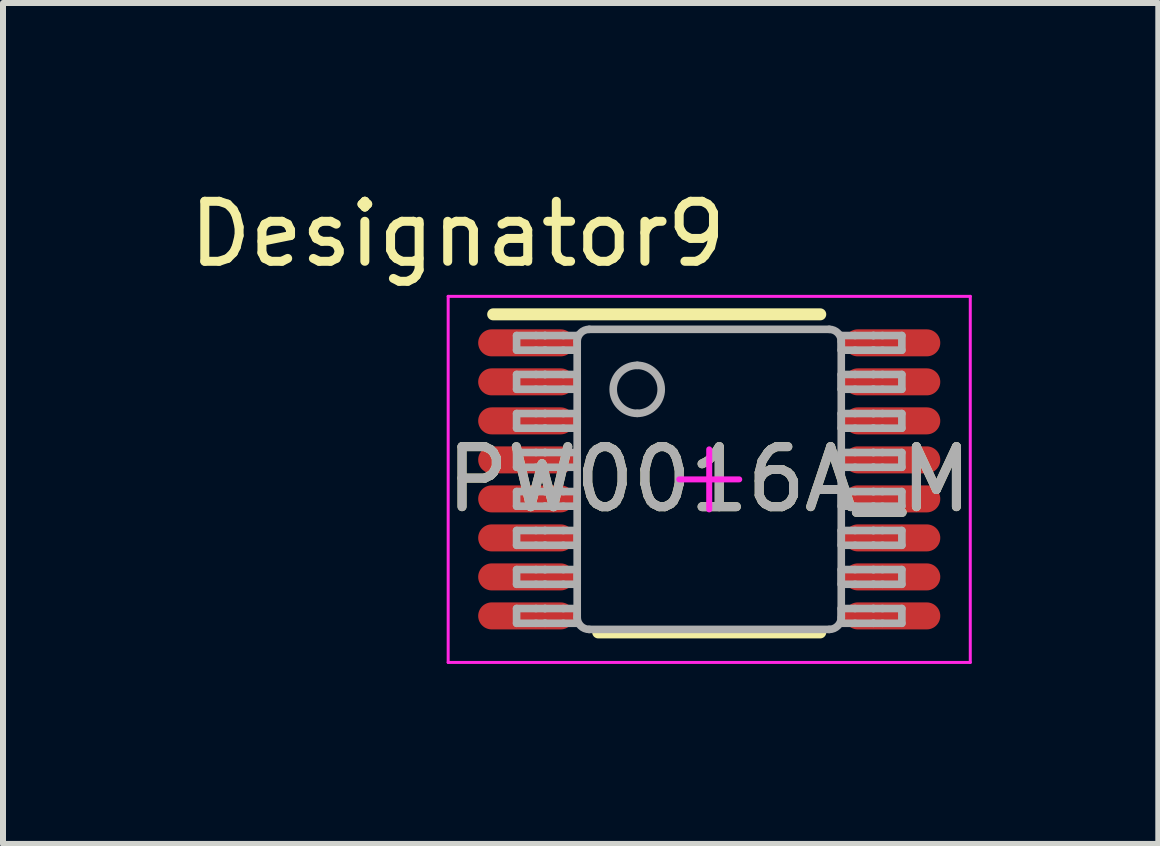
<source format=kicad_pcb>
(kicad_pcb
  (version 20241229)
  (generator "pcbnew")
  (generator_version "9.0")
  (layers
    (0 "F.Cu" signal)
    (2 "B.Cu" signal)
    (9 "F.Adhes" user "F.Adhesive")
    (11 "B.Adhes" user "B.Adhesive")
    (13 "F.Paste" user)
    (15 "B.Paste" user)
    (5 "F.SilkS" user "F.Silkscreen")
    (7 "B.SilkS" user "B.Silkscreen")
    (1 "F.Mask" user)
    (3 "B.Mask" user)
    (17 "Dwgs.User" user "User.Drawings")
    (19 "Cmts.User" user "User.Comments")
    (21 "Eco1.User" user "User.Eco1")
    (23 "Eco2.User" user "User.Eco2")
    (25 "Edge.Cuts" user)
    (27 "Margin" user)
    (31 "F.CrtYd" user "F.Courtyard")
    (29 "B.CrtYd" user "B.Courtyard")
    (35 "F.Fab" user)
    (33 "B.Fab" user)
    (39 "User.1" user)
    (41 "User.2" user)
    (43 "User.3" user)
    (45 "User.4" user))
  (footprint "PW0016A_M"
    (layer "F.Cu")
    (at 8.768 4.938)
    (property "Reference" "PW0016A_M" (at 0 0 0) (unlocked yes) (layer "F.SilkS") (effects (font (size 1 1) (thickness 0.15))))
    (attr smd)
    (fp_line (start -3.6 -2.75) (end 1.85 -2.75) (stroke (width 0.2) (type solid)) (layer "F.SilkS"))
    (fp_line (start -1.85 2.55) (end 1.85 2.55) (stroke (width 0.2) (type solid)) (layer "F.SilkS"))
    (fp_line (start -4.35 -3.05) (end 4.35 -3.05) (stroke (width 0.05) (type solid)) (layer "F.CrtYd"))
    (fp_line (start -4.35 3.05) (end -4.35 -3.05) (stroke (width 0.05) (type solid)) (layer "F.CrtYd"))
    (fp_line (start -4.35 3.05) (end 4.35 3.05) (stroke (width 0.05) (type solid)) (layer "F.CrtYd"))
    (fp_line (start -0.5 0) (end 0.5 0) (stroke (width 0.1) (type solid)) (layer "F.CrtYd"))
    (fp_line (start -0.000003 0.5) (end -0.000003 -0.5) (stroke (width 0.1) (type solid)) (layer "F.CrtYd"))
    (fp_line (start 4.35 3.05) (end 4.35 -3.05) (stroke (width 0.05) (type solid)) (layer "F.CrtYd"))
    (fp_line (start -3.21 -2.397) (end -2.887 -2.397) (stroke (width 0.127) (type solid)) (layer "F.Fab"))
    (fp_line (start -3.21 -2.153) (end -3.21 -2.397) (stroke (width 0.127) (type solid)) (layer "F.Fab"))
    (fp_line (start -3.21 -2.153) (end -2.887 -2.153) (stroke (width 0.127) (type solid)) (layer "F.Fab"))
    (fp_line (start -3.21 -1.748) (end -2.887 -1.748) (stroke (width 0.127) (type solid)) (layer "F.Fab"))
    (fp_line (start -3.21 -1.502) (end -3.21 -1.748) (stroke (width 0.127) (type solid)) (layer "F.Fab"))
    (fp_line (start -3.21 -1.502) (end -2.887 -1.502) (stroke (width 0.127) (type solid)) (layer "F.Fab"))
    (fp_line (start -3.21 -1.097) (end -2.887 -1.097) (stroke (width 0.127) (type solid)) (layer "F.Fab"))
    (fp_line (start -3.21 -0.853) (end -3.21 -1.097) (stroke (width 0.127) (type solid)) (layer "F.Fab"))
    (fp_line (start -3.21 -0.853) (end -2.887 -0.853) (stroke (width 0.127) (type solid)) (layer "F.Fab"))
    (fp_line (start -3.21 -0.448) (end -2.887 -0.448) (stroke (width 0.127) (type solid)) (layer "F.Fab"))
    (fp_line (start -3.21 -0.202) (end -3.21 -0.448) (stroke (width 0.127) (type solid)) (layer "F.Fab"))
    (fp_line (start -3.21 -0.202) (end -2.887 -0.202) (stroke (width 0.127) (type solid)) (layer "F.Fab"))
    (fp_line (start -3.21 0.203) (end -2.887 0.203) (stroke (width 0.127) (type solid)) (layer "F.Fab"))
    (fp_line (start -3.21 0.447) (end -3.21 0.203) (stroke (width 0.127) (type solid)) (layer "F.Fab"))
    (fp_line (start -3.21 0.447) (end -2.887 0.447) (stroke (width 0.127) (type solid)) (layer "F.Fab"))
    (fp_line (start -3.21 0.852) (end -2.887 0.852) (stroke (width 0.127) (type solid)) (layer "F.Fab"))
    (fp_line (start -3.21 1.098) (end -3.21 0.852) (stroke (width 0.127) (type solid)) (layer "F.Fab"))
    (fp_line (start -3.21 1.098) (end -2.887 1.098) (stroke (width 0.127) (type solid)) (layer "F.Fab"))
    (fp_line (start -3.21 1.503) (end -2.887 1.503) (stroke (width 0.127) (type solid)) (layer "F.Fab"))
    (fp_line (start -3.21 1.748) (end -3.21 1.503) (stroke (width 0.127) (type solid)) (layer "F.Fab"))
    (fp_line (start -3.21 1.748) (end -2.887 1.748) (stroke (width 0.127) (type solid)) (layer "F.Fab"))
    (fp_line (start -3.21 2.152) (end -2.887 2.152) (stroke (width 0.127) (type solid)) (layer "F.Fab"))
    (fp_line (start -3.21 2.398) (end -3.21 2.152) (stroke (width 0.127) (type solid)) (layer "F.Fab"))
    (fp_line (start -3.21 2.398) (end -2.887 2.398) (stroke (width 0.127) (type solid)) (layer "F.Fab"))
    (fp_line (start -2.887 -2.397) (end -2.739 -2.397) (stroke (width 0.127) (type solid)) (layer "F.Fab"))
    (fp_line (start -2.887 -2.153) (end -2.739 -2.153) (stroke (width 0.127) (type solid)) (layer "F.Fab"))
    (fp_line (start -2.887 -1.748) (end -2.739 -1.748) (stroke (width 0.127) (type solid)) (layer "F.Fab"))
    (fp_line (start -2.887 -1.502) (end -2.739 -1.502) (stroke (width 0.127) (type solid)) (layer "F.Fab"))
    (fp_line (start -2.887 -1.097) (end -2.739 -1.097) (stroke (width 0.127) (type solid)) (layer "F.Fab"))
    (fp_line (start -2.887 -0.853) (end -2.739 -0.853) (stroke (width 0.127) (type solid)) (layer "F.Fab"))
    (fp_line (start -2.887 -0.448) (end -2.739 -0.448) (stroke (width 0.127) (type solid)) (layer "F.Fab"))
    (fp_line (start -2.887 -0.202) (end -2.739 -0.202) (stroke (width 0.127) (type solid)) (layer "F.Fab"))
    (fp_line (start -2.887 0.203) (end -2.739 0.203) (stroke (width 0.127) (type solid)) (layer "F.Fab"))
    (fp_line (start -2.887 0.447) (end -2.739 0.447) (stroke (width 0.127) (type solid)) (layer "F.Fab"))
    (fp_line (start -2.887 0.852) (end -2.739 0.852) (stroke (width 0.127) (type solid)) (layer "F.Fab"))
    (fp_line (start -2.887 1.098) (end -2.739 1.098) (stroke (width 0.127) (type solid)) (layer "F.Fab"))
    (fp_line (start -2.887 1.503) (end -2.739 1.503) (stroke (width 0.127) (type solid)) (layer "F.Fab"))
    (fp_line (start -2.887 1.748) (end -2.739 1.748) (stroke (width 0.127) (type solid)) (layer "F.Fab"))
    (fp_line (start -2.887 2.152) (end -2.739 2.152) (stroke (width 0.127) (type solid)) (layer "F.Fab"))
    (fp_line (start -2.887 2.398) (end -2.739 2.398) (stroke (width 0.127) (type solid)) (layer "F.Fab"))
    (fp_line (start -2.739 -2.397) (end -2.733 -2.397) (stroke (width 0.127) (type solid)) (layer "F.Fab"))
    (fp_line (start -2.739 -2.153) (end -2.733 -2.153) (stroke (width 0.127) (type solid)) (layer "F.Fab"))
    (fp_line (start -2.739 -1.748) (end -2.733 -1.748) (stroke (width 0.127) (type solid)) (layer "F.Fab"))
    (fp_line (start -2.739 -1.502) (end -2.733 -1.502) (stroke (width 0.127) (type solid)) (layer "F.Fab"))
    (fp_line (start -2.739 -1.097) (end -2.733 -1.097) (stroke (width 0.127) (type solid)) (layer "F.Fab"))
    (fp_line (start -2.739 -0.853) (end -2.733 -0.853) (stroke (width 0.127) (type solid)) (layer "F.Fab"))
    (fp_line (start -2.739 -0.448) (end -2.733 -0.448) (stroke (width 0.127) (type solid)) (layer "F.Fab"))
    (fp_line (start -2.739 -0.202) (end -2.733 -0.202) (stroke (width 0.127) (type solid)) (layer "F.Fab"))
    (fp_line (start -2.739 0.203) (end -2.733 0.203) (stroke (width 0.127) (type solid)) (layer "F.Fab"))
    (fp_line (start -2.739 0.447) (end -2.733 0.447) (stroke (width 0.127) (type solid)) (layer "F.Fab"))
    (fp_line (start -2.739 0.852) (end -2.733 0.852) (stroke (width 0.127) (type solid)) (layer "F.Fab"))
    (fp_line (start -2.739 1.098) (end -2.733 1.098) (stroke (width 0.127) (type solid)) (layer "F.Fab"))
    (fp_line (start -2.739 1.503) (end -2.733 1.503) (stroke (width 0.127) (type solid)) (layer "F.Fab"))
    (fp_line (start -2.739 1.748) (end -2.733 1.748) (stroke (width 0.127) (type solid)) (layer "F.Fab"))
    (fp_line (start -2.739 2.152) (end -2.733 2.152) (stroke (width 0.127) (type solid)) (layer "F.Fab"))
    (fp_line (start -2.739 2.398) (end -2.733 2.398) (stroke (width 0.127) (type solid)) (layer "F.Fab"))
    (fp_line (start -2.733 -2.397) (end -2.431 -2.397) (stroke (width 0.127) (type solid)) (layer "F.Fab"))
    (fp_line (start -2.733 -2.153) (end -2.431 -2.153) (stroke (width 0.127) (type solid)) (layer "F.Fab"))
    (fp_line (start -2.733 -1.748) (end -2.431 -1.748) (stroke (width 0.127) (type solid)) (layer "F.Fab"))
    (fp_line (start -2.733 -1.502) (end -2.431 -1.502) (stroke (width 0.127) (type solid)) (layer "F.Fab"))
    (fp_line (start -2.733 -1.097) (end -2.431 -1.097) (stroke (width 0.127) (type solid)) (layer "F.Fab"))
    (fp_line (start -2.733 -0.853) (end -2.431 -0.853) (stroke (width 0.127) (type solid)) (layer "F.Fab"))
    (fp_line (start -2.733 -0.448) (end -2.431 -0.448) (stroke (width 0.127) (type solid)) (layer "F.Fab"))
    (fp_line (start -2.733 -0.202) (end -2.431 -0.202) (stroke (width 0.127) (type solid)) (layer "F.Fab"))
    (fp_line (start -2.733 0.203) (end -2.431 0.203) (stroke (width 0.127) (type solid)) (layer "F.Fab"))
    (fp_line (start -2.733 0.447) (end -2.431 0.447) (stroke (width 0.127) (type solid)) (layer "F.Fab"))
    (fp_line (start -2.733 0.852) (end -2.431 0.852) (stroke (width 0.127) (type solid)) (layer "F.Fab"))
    (fp_line (start -2.733 1.098) (end -2.431 1.098) (stroke (width 0.127) (type solid)) (layer "F.Fab"))
    (fp_line (start -2.733 1.503) (end -2.431 1.503) (stroke (width 0.127) (type solid)) (layer "F.Fab"))
    (fp_line (start -2.733 1.748) (end -2.431 1.748) (stroke (width 0.127) (type solid)) (layer "F.Fab"))
    (fp_line (start -2.733 2.152) (end -2.431 2.152) (stroke (width 0.127) (type solid)) (layer "F.Fab"))
    (fp_line (start -2.733 2.398) (end -2.431 2.398) (stroke (width 0.127) (type solid)) (layer "F.Fab"))
    (fp_line (start -2.431 -2.397) (end -2.2 -2.397) (stroke (width 0.127) (type solid)) (layer "F.Fab"))
    (fp_line (start -2.431 -2.153) (end -2.2 -2.153) (stroke (width 0.127) (type solid)) (layer "F.Fab"))
    (fp_line (start -2.431 -1.748) (end -2.2 -1.748) (stroke (width 0.127) (type solid)) (layer "F.Fab"))
    (fp_line (start -2.431 -1.502) (end -2.2 -1.502) (stroke (width 0.127) (type solid)) (layer "F.Fab"))
    (fp_line (start -2.431 -1.097) (end -2.2 -1.097) (stroke (width 0.127) (type solid)) (layer "F.Fab"))
    (fp_line (start -2.431 -0.853) (end -2.2 -0.853) (stroke (width 0.127) (type solid)) (layer "F.Fab"))
    (fp_line (start -2.431 -0.448) (end -2.2 -0.448) (stroke (width 0.127) (type solid)) (layer "F.Fab"))
    (fp_line (start -2.431 -0.202) (end -2.2 -0.202) (stroke (width 0.127) (type solid)) (layer "F.Fab"))
    (fp_line (start -2.431 0.203) (end -2.2 0.203) (stroke (width 0.127) (type solid)) (layer "F.Fab"))
    (fp_line (start -2.431 0.447) (end -2.2 0.447) (stroke (width 0.127) (type solid)) (layer "F.Fab"))
    (fp_line (start -2.431 0.852) (end -2.2 0.852) (stroke (width 0.127) (type solid)) (layer "F.Fab"))
    (fp_line (start -2.431 1.098) (end -2.2 1.098) (stroke (width 0.127) (type solid)) (layer "F.Fab"))
    (fp_line (start -2.431 1.503) (end -2.2 1.503) (stroke (width 0.127) (type solid)) (layer "F.Fab"))
    (fp_line (start -2.431 1.748) (end -2.2 1.748) (stroke (width 0.127) (type solid)) (layer "F.Fab"))
    (fp_line (start -2.431 2.152) (end -2.2 2.152) (stroke (width 0.127) (type solid)) (layer "F.Fab"))
    (fp_line (start -2.431 2.398) (end -2.2 2.398) (stroke (width 0.127) (type solid)) (layer "F.Fab"))
    (fp_line (start -2.2 -2.153) (end -2.2 -2.397) (stroke (width 0.127) (type solid)) (layer "F.Fab"))
    (fp_line (start -2.2 -1.502) (end -2.2 -1.748) (stroke (width 0.127) (type solid)) (layer "F.Fab"))
    (fp_line (start -2.2 -0.853) (end -2.2 -1.097) (stroke (width 0.127) (type solid)) (layer "F.Fab"))
    (fp_line (start -2.2 -0.202) (end -2.2 -0.448) (stroke (width 0.127) (type solid)) (layer "F.Fab"))
    (fp_line (start -2.2 0.447) (end -2.2 0.203) (stroke (width 0.127) (type solid)) (layer "F.Fab"))
    (fp_line (start -2.2 1.098) (end -2.2 0.852) (stroke (width 0.127) (type solid)) (layer "F.Fab"))
    (fp_line (start -2.2 1.748) (end -2.2 1.503) (stroke (width 0.127) (type solid)) (layer "F.Fab"))
    (fp_line (start -2.2 2.3) (end -2.2 -2.3) (stroke (width 0.127) (type solid)) (layer "F.Fab"))
    (fp_line (start -2.2 2.398) (end -2.2 2.152) (stroke (width 0.127) (type solid)) (layer "F.Fab"))
    (fp_line (start -2 -2.5) (end 2 -2.5) (stroke (width 0.127) (type solid)) (layer "F.Fab"))
    (fp_line (start -2 2.5) (end 2 2.5) (stroke (width 0.127) (type solid)) (layer "F.Fab"))
    (fp_line (start 2.2 -2.397) (end 2.43 -2.397) (stroke (width 0.127) (type solid)) (layer "F.Fab"))
    (fp_line (start 2.2 -2.153) (end 2.2 -2.397) (stroke (width 0.127) (type solid)) (layer "F.Fab"))
    (fp_line (start 2.2 -2.153) (end 2.43 -2.153) (stroke (width 0.127) (type solid)) (layer "F.Fab"))
    (fp_line (start 2.2 -1.748) (end 2.43 -1.748) (stroke (width 0.127) (type solid)) (layer "F.Fab"))
    (fp_line (start 2.2 -1.502) (end 2.2 -1.748) (stroke (width 0.127) (type solid)) (layer "F.Fab"))
    (fp_line (start 2.2 -1.502) (end 2.43 -1.502) (stroke (width 0.127) (type solid)) (layer "F.Fab"))
    (fp_line (start 2.2 -1.097) (end 2.43 -1.097) (stroke (width 0.127) (type solid)) (layer "F.Fab"))
    (fp_line (start 2.2 -0.853) (end 2.2 -1.097) (stroke (width 0.127) (type solid)) (layer "F.Fab"))
    (fp_line (start 2.2 -0.853) (end 2.43 -0.853) (stroke (width 0.127) (type solid)) (layer "F.Fab"))
    (fp_line (start 2.2 -0.448) (end 2.43 -0.448) (stroke (width 0.127) (type solid)) (layer "F.Fab"))
    (fp_line (start 2.2 -0.202) (end 2.2 -0.448) (stroke (width 0.127) (type solid)) (layer "F.Fab"))
    (fp_line (start 2.2 -0.202) (end 2.43 -0.202) (stroke (width 0.127) (type solid)) (layer "F.Fab"))
    (fp_line (start 2.2 0.203) (end 2.43 0.203) (stroke (width 0.127) (type solid)) (layer "F.Fab"))
    (fp_line (start 2.2 0.447) (end 2.2 0.203) (stroke (width 0.127) (type solid)) (layer "F.Fab"))
    (fp_line (start 2.2 0.447) (end 2.43 0.447) (stroke (width 0.127) (type solid)) (layer "F.Fab"))
    (fp_line (start 2.2 0.852) (end 2.43 0.852) (stroke (width 0.127) (type solid)) (layer "F.Fab"))
    (fp_line (start 2.2 1.098) (end 2.2 0.852) (stroke (width 0.127) (type solid)) (layer "F.Fab"))
    (fp_line (start 2.2 1.098) (end 2.43 1.098) (stroke (width 0.127) (type solid)) (layer "F.Fab"))
    (fp_line (start 2.2 1.503) (end 2.43 1.503) (stroke (width 0.127) (type solid)) (layer "F.Fab"))
    (fp_line (start 2.2 1.748) (end 2.2 1.503) (stroke (width 0.127) (type solid)) (layer "F.Fab"))
    (fp_line (start 2.2 1.748) (end 2.43 1.748) (stroke (width 0.127) (type solid)) (layer "F.Fab"))
    (fp_line (start 2.2 2.152) (end 2.43 2.152) (stroke (width 0.127) (type solid)) (layer "F.Fab"))
    (fp_line (start 2.2 2.3) (end 2.2 -2.3) (stroke (width 0.127) (type solid)) (layer "F.Fab"))
    (fp_line (start 2.2 2.398) (end 2.2 2.152) (stroke (width 0.127) (type solid)) (layer "F.Fab"))
    (fp_line (start 2.2 2.398) (end 2.43 2.398) (stroke (width 0.127) (type solid)) (layer "F.Fab"))
    (fp_line (start 2.43 -2.397) (end 2.733 -2.397) (stroke (width 0.127) (type solid)) (layer "F.Fab"))
    (fp_line (start 2.43 -2.153) (end 2.733 -2.153) (stroke (width 0.127) (type solid)) (layer "F.Fab"))
    (fp_line (start 2.43 -1.748) (end 2.733 -1.748) (stroke (width 0.127) (type solid)) (layer "F.Fab"))
    (fp_line (start 2.43 -1.502) (end 2.733 -1.502) (stroke (width 0.127) (type solid)) (layer "F.Fab"))
    (fp_line (start 2.43 -1.097) (end 2.733 -1.097) (stroke (width 0.127) (type solid)) (layer "F.Fab"))
    (fp_line (start 2.43 -0.853) (end 2.733 -0.853) (stroke (width 0.127) (type solid)) (layer "F.Fab"))
    (fp_line (start 2.43 -0.448) (end 2.733 -0.448) (stroke (width 0.127) (type solid)) (layer "F.Fab"))
    (fp_line (start 2.43 -0.202) (end 2.733 -0.202) (stroke (width 0.127) (type solid)) (layer "F.Fab"))
    (fp_line (start 2.43 0.203) (end 2.733 0.203) (stroke (width 0.127) (type solid)) (layer "F.Fab"))
    (fp_line (start 2.43 0.447) (end 2.733 0.447) (stroke (width 0.127) (type solid)) (layer "F.Fab"))
    (fp_line (start 2.43 0.852) (end 2.733 0.852) (stroke (width 0.127) (type solid)) (layer "F.Fab"))
    (fp_line (start 2.43 1.098) (end 2.733 1.098) (stroke (width 0.127) (type solid)) (layer "F.Fab"))
    (fp_line (start 2.43 1.503) (end 2.733 1.503) (stroke (width 0.127) (type solid)) (layer "F.Fab"))
    (fp_line (start 2.43 1.748) (end 2.733 1.748) (stroke (width 0.127) (type solid)) (layer "F.Fab"))
    (fp_line (start 2.43 2.152) (end 2.733 2.152) (stroke (width 0.127) (type solid)) (layer "F.Fab"))
    (fp_line (start 2.43 2.398) (end 2.733 2.398) (stroke (width 0.127) (type solid)) (layer "F.Fab"))
    (fp_line (start 2.733 -2.397) (end 2.739 -2.397) (stroke (width 0.127) (type solid)) (layer "F.Fab"))
    (fp_line (start 2.733 -2.153) (end 2.739 -2.153) (stroke (width 0.127) (type solid)) (layer "F.Fab"))
    (fp_line (start 2.733 -1.748) (end 2.739 -1.748) (stroke (width 0.127) (type solid)) (layer "F.Fab"))
    (fp_line (start 2.733 -1.502) (end 2.739 -1.502) (stroke (width 0.127) (type solid)) (layer "F.Fab"))
    (fp_line (start 2.733 -1.097) (end 2.739 -1.097) (stroke (width 0.127) (type solid)) (layer "F.Fab"))
    (fp_line (start 2.733 -0.853) (end 2.739 -0.853) (stroke (width 0.127) (type solid)) (layer "F.Fab"))
    (fp_line (start 2.733 -0.448) (end 2.739 -0.448) (stroke (width 0.127) (type solid)) (layer "F.Fab"))
    (fp_line (start 2.733 -0.202) (end 2.739 -0.202) (stroke (width 0.127) (type solid)) (layer "F.Fab"))
    (fp_line (start 2.733 0.203) (end 2.739 0.203) (stroke (width 0.127) (type solid)) (layer "F.Fab"))
    (fp_line (start 2.733 0.447) (end 2.739 0.447) (stroke (width 0.127) (type solid)) (layer "F.Fab"))
    (fp_line (start 2.733 0.852) (end 2.739 0.852) (stroke (width 0.127) (type solid)) (layer "F.Fab"))
    (fp_line (start 2.733 1.098) (end 2.739 1.098) (stroke (width 0.127) (type solid)) (layer "F.Fab"))
    (fp_line (start 2.733 1.503) (end 2.739 1.503) (stroke (width 0.127) (type solid)) (layer "F.Fab"))
    (fp_line (start 2.733 1.748) (end 2.739 1.748) (stroke (width 0.127) (type solid)) (layer "F.Fab"))
    (fp_line (start 2.733 2.152) (end 2.739 2.152) (stroke (width 0.127) (type solid)) (layer "F.Fab"))
    (fp_line (start 2.733 2.398) (end 2.739 2.398) (stroke (width 0.127) (type solid)) (layer "F.Fab"))
    (fp_line (start 2.739 -2.397) (end 2.887 -2.397) (stroke (width 0.127) (type solid)) (layer "F.Fab"))
    (fp_line (start 2.739 -2.153) (end 2.887 -2.153) (stroke (width 0.127) (type solid)) (layer "F.Fab"))
    (fp_line (start 2.739 -1.748) (end 2.887 -1.748) (stroke (width 0.127) (type solid)) (layer "F.Fab"))
    (fp_line (start 2.739 -1.502) (end 2.887 -1.502) (stroke (width 0.127) (type solid)) (layer "F.Fab"))
    (fp_line (start 2.739 -1.097) (end 2.887 -1.097) (stroke (width 0.127) (type solid)) (layer "F.Fab"))
    (fp_line (start 2.739 -0.853) (end 2.887 -0.853) (stroke (width 0.127) (type solid)) (layer "F.Fab"))
    (fp_line (start 2.739 -0.448) (end 2.887 -0.448) (stroke (width 0.127) (type solid)) (layer "F.Fab"))
    (fp_line (start 2.739 -0.202) (end 2.887 -0.202) (stroke (width 0.127) (type solid)) (layer "F.Fab"))
    (fp_line (start 2.739 0.203) (end 2.887 0.203) (stroke (width 0.127) (type solid)) (layer "F.Fab"))
    (fp_line (start 2.739 0.447) (end 2.887 0.447) (stroke (width 0.127) (type solid)) (layer "F.Fab"))
    (fp_line (start 2.739 0.852) (end 2.887 0.852) (stroke (width 0.127) (type solid)) (layer "F.Fab"))
    (fp_line (start 2.739 1.098) (end 2.887 1.098) (stroke (width 0.127) (type solid)) (layer "F.Fab"))
    (fp_line (start 2.739 1.503) (end 2.887 1.503) (stroke (width 0.127) (type solid)) (layer "F.Fab"))
    (fp_line (start 2.739 1.748) (end 2.887 1.748) (stroke (width 0.127) (type solid)) (layer "F.Fab"))
    (fp_line (start 2.739 2.152) (end 2.887 2.152) (stroke (width 0.127) (type solid)) (layer "F.Fab"))
    (fp_line (start 2.739 2.398) (end 2.887 2.398) (stroke (width 0.127) (type solid)) (layer "F.Fab"))
    (fp_line (start 2.887 -2.397) (end 3.21 -2.397) (stroke (width 0.127) (type solid)) (layer "F.Fab"))
    (fp_line (start 2.887 -2.153) (end 3.21 -2.153) (stroke (width 0.127) (type solid)) (layer "F.Fab"))
    (fp_line (start 2.887 -1.748) (end 3.21 -1.748) (stroke (width 0.127) (type solid)) (layer "F.Fab"))
    (fp_line (start 2.887 -1.502) (end 3.21 -1.502) (stroke (width 0.127) (type solid)) (layer "F.Fab"))
    (fp_line (start 2.887 -1.097) (end 3.21 -1.097) (stroke (width 0.127) (type solid)) (layer "F.Fab"))
    (fp_line (start 2.887 -0.853) (end 3.21 -0.853) (stroke (width 0.127) (type solid)) (layer "F.Fab"))
    (fp_line (start 2.887 -0.448) (end 3.21 -0.448) (stroke (width 0.127) (type solid)) (layer "F.Fab"))
    (fp_line (start 2.887 -0.202) (end 3.21 -0.202) (stroke (width 0.127) (type solid)) (layer "F.Fab"))
    (fp_line (start 2.887 0.203) (end 3.21 0.203) (stroke (width 0.127) (type solid)) (layer "F.Fab"))
    (fp_line (start 2.887 0.447) (end 3.21 0.447) (stroke (width 0.127) (type solid)) (layer "F.Fab"))
    (fp_line (start 2.887 0.852) (end 3.21 0.852) (stroke (width 0.127) (type solid)) (layer "F.Fab"))
    (fp_line (start 2.887 1.098) (end 3.21 1.098) (stroke (width 0.127) (type solid)) (layer "F.Fab"))
    (fp_line (start 2.887 1.503) (end 3.21 1.503) (stroke (width 0.127) (type solid)) (layer "F.Fab"))
    (fp_line (start 2.887 1.748) (end 3.21 1.748) (stroke (width 0.127) (type solid)) (layer "F.Fab"))
    (fp_line (start 2.887 2.152) (end 3.21 2.152) (stroke (width 0.127) (type solid)) (layer "F.Fab"))
    (fp_line (start 2.887 2.398) (end 3.21 2.398) (stroke (width 0.127) (type solid)) (layer "F.Fab"))
    (fp_line (start 3.21 -2.153) (end 3.21 -2.397) (stroke (width 0.127) (type solid)) (layer "F.Fab"))
    (fp_line (start 3.21 -1.502) (end 3.21 -1.748) (stroke (width 0.127) (type solid)) (layer "F.Fab"))
    (fp_line (start 3.21 -0.853) (end 3.21 -1.097) (stroke (width 0.127) (type solid)) (layer "F.Fab"))
    (fp_line (start 3.21 -0.202) (end 3.21 -0.448) (stroke (width 0.127) (type solid)) (layer "F.Fab"))
    (fp_line (start 3.21 0.447) (end 3.21 0.203) (stroke (width 0.127) (type solid)) (layer "F.Fab"))
    (fp_line (start 3.21 1.098) (end 3.21 0.852) (stroke (width 0.127) (type solid)) (layer "F.Fab"))
    (fp_line (start 3.21 1.748) (end 3.21 1.503) (stroke (width 0.127) (type solid)) (layer "F.Fab"))
    (fp_line (start 3.21 2.398) (end 3.21 2.152) (stroke (width 0.127) (type solid)) (layer "F.Fab"))
    (fp_arc (start -2.200001 -2.3) (mid -2.141422 -2.441421) (end -2.000001 -2.5) (stroke (width 0.127) (type solid)) (layer "F.Fab"))
    (fp_arc (start -2.000001 2.500015) (mid -2.141422 2.441437) (end -2.200001 2.300016) (stroke (width 0.127) (type solid)) (layer "F.Fab"))
    (fp_arc (start -1.200003 -1.900001) (mid -0.800003 -1.500002) (end -1.200003 -1.100003) (stroke (width 0.127) (type solid)) (layer "F.Fab"))
    (fp_arc (start -1.200003 -1.100003) (mid -1.600002 -1.500002) (end -1.200003 -1.900001) (stroke (width 0.127) (type solid)) (layer "F.Fab"))
    (fp_arc (start 1.999991 -2.5) (mid 2.141412 -2.441422) (end 2.199991 -2.3) (stroke (width 0.127) (type solid)) (layer "F.Fab"))
    (fp_arc (start 2.199991 2.300016) (mid 2.141412 2.441437) (end 1.999991 2.500015) (stroke (width 0.127) (type solid)) (layer "F.Fab"))
    (fp_text user "Designator9" (at -4.191 -4.089 0) (unlocked yes) (layer "F.SilkS") (effects (font (size 1 1) (thickness 0.15))))
    (fp_text user "${REFERENCE}" (at 0 0 0) (unlocked yes) (layer "F.Fab") (effects (font (size 1 1) (thickness 0.15))))
    (pad "1" smd oval (at -3.05 -2.275 90) (size 0.45 1.6) (layers "F.Cu" "F.Mask" "F.Paste"))
    (pad "2" smd oval (at -3.05 -1.625 90) (size 0.45 1.6) (layers "F.Cu" "F.Mask" "F.Paste"))
    (pad "3" smd oval (at -3.05 -0.975 90) (size 0.45 1.6) (layers "F.Cu" "F.Mask" "F.Paste"))
    (pad "4" smd oval (at -3.05 -0.325 90) (size 0.45 1.6) (layers "F.Cu" "F.Mask" "F.Paste"))
    (pad "5" smd oval (at -3.05 0.325 90) (size 0.45 1.6) (layers "F.Cu" "F.Mask" "F.Paste"))
    (pad "6" smd oval (at -3.05 0.975 90) (size 0.45 1.6) (layers "F.Cu" "F.Mask" "F.Paste"))
    (pad "7" smd oval (at -3.05 1.625 90) (size 0.45 1.6) (layers "F.Cu" "F.Mask" "F.Paste"))
    (pad "8" smd oval (at -3.05 2.275 90) (size 0.45 1.6) (layers "F.Cu" "F.Mask" "F.Paste"))
    (pad "9" smd oval (at 3.05 2.275 90) (size 0.45 1.6) (layers "F.Cu" "F.Mask" "F.Paste"))
    (pad "10" smd oval (at 3.05 1.625 90) (size 0.45 1.6) (layers "F.Cu" "F.Mask" "F.Paste"))
    (pad "11" smd oval (at 3.05 0.975 90) (size 0.45 1.6) (layers "F.Cu" "F.Mask" "F.Paste"))
    (pad "12" smd oval (at 3.05 0.325 90) (size 0.45 1.6) (layers "F.Cu" "F.Mask" "F.Paste"))
    (pad "13" smd oval (at 3.05 -0.325 90) (size 0.45 1.6) (layers "F.Cu" "F.Mask" "F.Paste"))
    (pad "14" smd oval (at 3.05 -0.975 90) (size 0.45 1.6) (layers "F.Cu" "F.Mask" "F.Paste"))
    (pad "15" smd oval (at 3.05 -1.625 90) (size 0.45 1.6) (layers "F.Cu" "F.Mask" "F.Paste"))
    (pad "16" smd oval (at 3.05 -2.275 90) (size 0.45 1.6) (layers "F.Cu" "F.Mask" "F.Paste")))
  (gr_rect
    (start -3 -3)
    (end 16.251 11.013)
    (stroke (width 0.1) (type default))
    (fill no)
    (layer "Edge.Cuts")))
</source>
